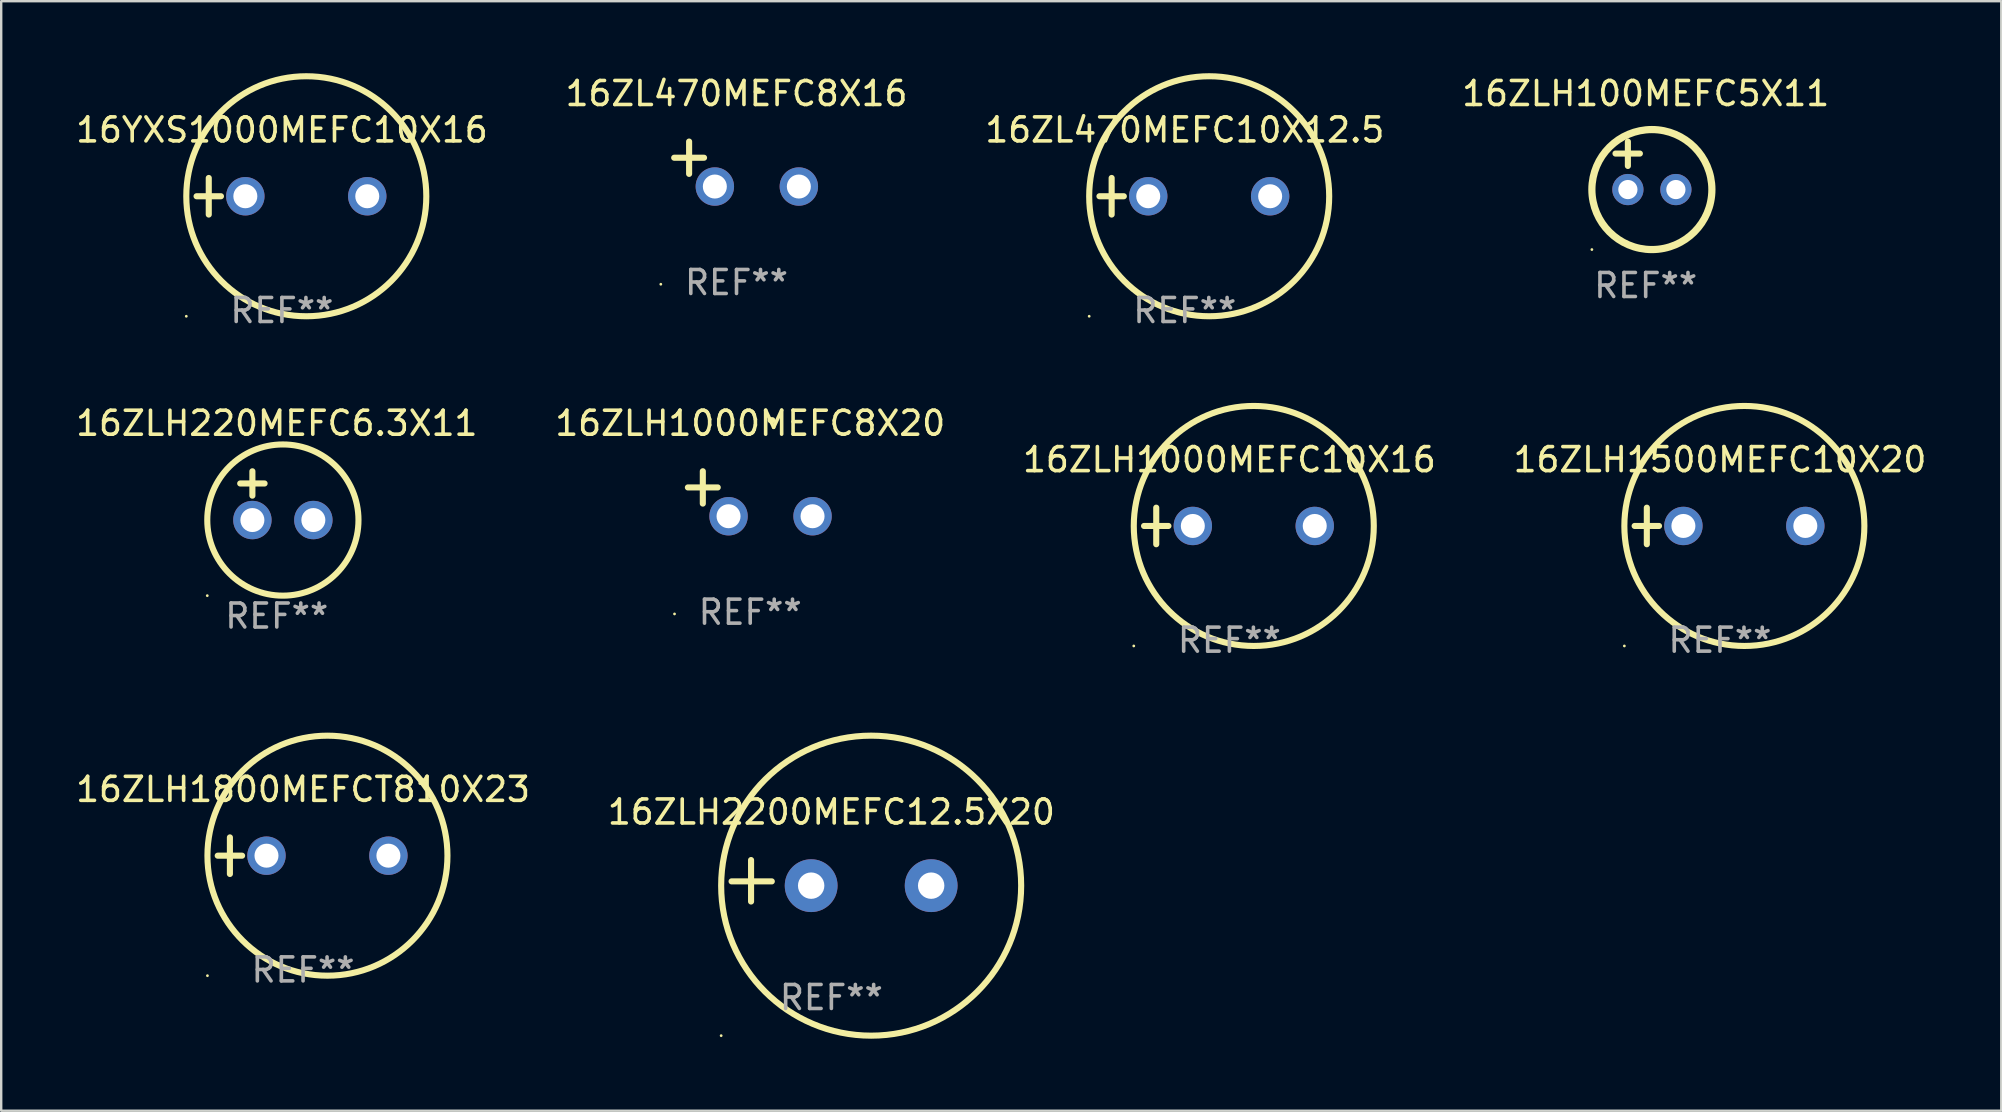
<source format=kicad_pcb>
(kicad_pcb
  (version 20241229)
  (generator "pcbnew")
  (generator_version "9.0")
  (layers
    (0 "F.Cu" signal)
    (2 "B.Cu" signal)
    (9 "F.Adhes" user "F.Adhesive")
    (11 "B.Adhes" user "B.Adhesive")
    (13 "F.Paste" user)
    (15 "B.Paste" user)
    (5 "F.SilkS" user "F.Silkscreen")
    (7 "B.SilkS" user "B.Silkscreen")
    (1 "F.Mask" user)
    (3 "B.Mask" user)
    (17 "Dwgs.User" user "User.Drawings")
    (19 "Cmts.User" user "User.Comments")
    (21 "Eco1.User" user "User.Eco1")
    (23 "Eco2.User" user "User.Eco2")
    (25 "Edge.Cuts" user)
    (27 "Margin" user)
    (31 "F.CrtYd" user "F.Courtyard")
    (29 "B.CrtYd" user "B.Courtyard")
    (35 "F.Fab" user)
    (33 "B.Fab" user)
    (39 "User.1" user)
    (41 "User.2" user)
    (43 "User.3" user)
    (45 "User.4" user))
  (footprint "16ZLH1800MEFCT810X23"
    (layer "F.Cu")
    (at 9.577 32.602)
    (property "Reference" "16ZLH1800MEFCT810X23" (at 0 -2.762 0) (layer "F.SilkS") (effects (font (size 1 1) (thickness 0.15))))
    (attr through_hole)
    (fp_line (start -3.556 0) (end -2.54 0) (stroke (width 0.254) (type solid)) (layer "F.SilkS"))
    (fp_line (start -3.048 -0.762) (end -3.048 0.762) (stroke (width 0.254) (type solid)) (layer "F.SilkS"))
    (fp_circle (center -3.984 5) (end -3.954 5) (stroke (width 0.06) (type solid)) (fill no) (layer "F.SilkS"))
    (fp_circle (center 1.016 0) (end 6.016 0) (stroke (width 0.254) (type solid)) (fill no) (layer "F.SilkS"))
    (fp_text user "REF**" (at 0 4.762 0) (layer "F.Fab") (effects (font (size 1 1) (thickness 0.15))))
    (pad "1" thru_hole circle (at -1.524 0) (size 1.6 1.6) (drill 1) (layers "*.Cu" "*.Mask"))
    (pad "2" thru_hole circle (at 3.556 0) (size 1.6 1.6) (drill 1) (layers "*.Cu" "*.Mask")))
  (footprint "16ZLH1500MEFC10X20"
    (layer "F.Cu")
    (at 68.613 18.864)
    (property "Reference" "16ZLH1500MEFC10X20" (at 0 -2.762 0) (layer "F.SilkS") (effects (font (size 1 1) (thickness 0.15))))
    (attr through_hole)
    (fp_line (start -3.556 0) (end -2.54 0) (stroke (width 0.254) (type solid)) (layer "F.SilkS"))
    (fp_line (start -3.048 -0.762) (end -3.048 0.762) (stroke (width 0.254) (type solid)) (layer "F.SilkS"))
    (fp_circle (center -3.984 5) (end -3.954 5) (stroke (width 0.06) (type solid)) (fill no) (layer "F.SilkS"))
    (fp_circle (center 1.016 0) (end 6.016 0) (stroke (width 0.254) (type solid)) (fill no) (layer "F.SilkS"))
    (fp_text user "REF**" (at 0 4.762 0) (layer "F.Fab") (effects (font (size 1 1) (thickness 0.15))))
    (pad "1" thru_hole circle (at -1.524 0) (size 1.6 1.6) (drill 1) (layers "*.Cu" "*.Mask"))
    (pad "2" thru_hole circle (at 3.556 0) (size 1.6 1.6) (drill 1) (layers "*.Cu" "*.Mask")))
  (footprint "16ZLH1000MEFC8X20"
    (layer "F.Cu")
    (at 28.208 17.522)
    (property "Reference" "16ZLH1000MEFC8X20" (at 0 -2.937 0) (layer "F.SilkS") (effects (font (size 1 1) (thickness 0.15))))
    (attr through_hole)
    (fp_line (start -1.975 0.41) (end -1.975 -0.937) (stroke (width 0.254) (type solid)) (layer "F.SilkS"))
    (fp_line (start -1.353 -0.263) (end -2.597 -0.263) (stroke (width 0.254) (type solid)) (layer "F.SilkS"))
    (fp_arc (start 0.849809 -3.063957) (mid 0.885369 -3.064114) (end 0.920929 -3.063957) (stroke (width 0.254001) (type solid)) (layer "F.SilkS"))
    (fp_circle (center -3.154 5.008) (end -3.124 5.008) (stroke (width 0.06) (type solid)) (fill no) (layer "F.SilkS"))
    (fp_text user "REF**" (at 0 4.937 0) (layer "F.Fab") (effects (font (size 1 1) (thickness 0.15))))
    (pad "1" thru_hole circle (at -0.903 0.937) (size 1.6 1.6) (drill 1) (layers "*.Cu" "*.Mask"))
    (pad "2" thru_hole circle (at 2.597 0.937) (size 1.6 1.6) (drill 1) (layers "*.Cu" "*.Mask")))
  (footprint "16ZLH220MEFC6.3X11"
    (layer "F.Cu")
    (at 8.482 17.602)
    (property "Reference" "16ZLH220MEFC6.3X11" (at 0 -3.016 0) (layer "F.SilkS") (effects (font (size 1 1) (thickness 0.15))))
    (attr through_hole)
    (fp_line (start -1.524 -0.508) (end -0.508 -0.508) (stroke (width 0.254) (type solid)) (layer "F.SilkS"))
    (fp_line (start -1.016 -1.016) (end -1.016 0) (stroke (width 0.254) (type solid)) (layer "F.SilkS"))
    (fp_circle (center -2.896 4.166) (end -2.866 4.166) (stroke (width 0.06) (type solid)) (fill no) (layer "F.SilkS"))
    (fp_circle (center 0.254 1.016) (end 3.404 1.016) (stroke (width 0.254) (type solid)) (fill no) (layer "F.SilkS"))
    (fp_text user "REF**" (at 0 5.016 0) (layer "F.Fab") (effects (font (size 1 1) (thickness 0.15))))
    (pad "1" thru_hole circle (at -1.016 1.016) (size 1.6 1.6) (drill 1) (layers "*.Cu" "*.Mask"))
    (pad "2" thru_hole circle (at 1.524 1.016) (size 1.6 1.6) (drill 1) (layers "*.Cu" "*.Mask")))
  (footprint "16ZL470MEFC10X12.5"
    (layer "F.Cu")
    (at 46.315 5.127)
    (property "Reference" "16ZL470MEFC10X12.5" (at 0 -2.762 0) (layer "F.SilkS") (effects (font (size 1 1) (thickness 0.15))))
    (attr through_hole)
    (fp_line (start -3.556 0) (end -2.54 0) (stroke (width 0.254) (type solid)) (layer "F.SilkS"))
    (fp_line (start -3.048 -0.762) (end -3.048 0.762) (stroke (width 0.254) (type solid)) (layer "F.SilkS"))
    (fp_circle (center -3.984 5) (end -3.954 5) (stroke (width 0.06) (type solid)) (fill no) (layer "F.SilkS"))
    (fp_circle (center 1.016 0) (end 6.016 0) (stroke (width 0.254) (type solid)) (fill no) (layer "F.SilkS"))
    (fp_text user "REF**" (at 0 4.762 0) (layer "F.Fab") (effects (font (size 1 1) (thickness 0.15))))
    (pad "1" thru_hole circle (at -1.524 0) (size 1.6 1.6) (drill 1) (layers "*.Cu" "*.Mask"))
    (pad "2" thru_hole circle (at 3.556 0) (size 1.6 1.6) (drill 1) (layers "*.Cu" "*.Mask")))
  (footprint "16YXS1000MEFC10X16"
    (layer "F.Cu")
    (at 8.696 5.127)
    (property "Reference" "16YXS1000MEFC10X16" (at 0 -2.762 0) (layer "F.SilkS") (effects (font (size 1 1) (thickness 0.15))))
    (attr through_hole)
    (fp_line (start -3.556 0) (end -2.54 0) (stroke (width 0.254) (type solid)) (layer "F.SilkS"))
    (fp_line (start -3.048 -0.762) (end -3.048 0.762) (stroke (width 0.254) (type solid)) (layer "F.SilkS"))
    (fp_circle (center -3.984 5) (end -3.954 5) (stroke (width 0.06) (type solid)) (fill no) (layer "F.SilkS"))
    (fp_circle (center 1.016 0) (end 6.016 0) (stroke (width 0.254) (type solid)) (fill no) (layer "F.SilkS"))
    (fp_text user "REF**" (at 0 4.762 0) (layer "F.Fab") (effects (font (size 1 1) (thickness 0.15))))
    (pad "1" thru_hole circle (at -1.524 0) (size 1.6 1.6) (drill 1) (layers "*.Cu" "*.Mask"))
    (pad "2" thru_hole circle (at 3.556 0) (size 1.6 1.6) (drill 1) (layers "*.Cu" "*.Mask")))
  (footprint "16ZLH100MEFC5X11"
    (layer "F.Cu")
    (at 65.518 3.848)
    (property "Reference" "16ZLH100MEFC5X11" (at 0 -3 0) (layer "F.SilkS") (effects (font (size 1 1) (thickness 0.15))))
    (attr through_hole)
    (fp_line (start -1.258 -0.5) (end -0.242 -0.5) (stroke (width 0.254) (type solid)) (layer "F.SilkS"))
    (fp_line (start -0.742 -1) (end -0.742 0.016) (stroke (width 0.254) (type solid)) (layer "F.SilkS"))
    (fp_circle (center -2.242 3.5) (end -2.212 3.5) (stroke (width 0.06) (type solid)) (fill no) (layer "F.SilkS"))
    (fp_circle (center 0.258 1) (end 2.758 1) (stroke (width 0.3) (type solid)) (fill no) (layer "F.SilkS"))
    (fp_text user "REF**" (at 0 5 0) (layer "F.Fab") (effects (font (size 1 1) (thickness 0.15))))
    (pad "1" thru_hole circle (at -0.742 1) (size 1.3 1.3) (drill 0.8) (layers "*.Cu" "*.Mask"))
    (pad "2" thru_hole circle (at 1.258 1) (size 1.3 1.3) (drill 0.8) (layers "*.Cu" "*.Mask")))
  (footprint "16ZL470MEFC8X16"
    (layer "F.Cu")
    (at 27.637 3.785)
    (property "Reference" "16ZL470MEFC8X16" (at 0 -2.937 0) (layer "F.SilkS") (effects (font (size 1 1) (thickness 0.15))))
    (attr through_hole)
    (fp_line (start -1.975 0.41) (end -1.975 -0.937) (stroke (width 0.254) (type solid)) (layer "F.SilkS"))
    (fp_line (start -1.353 -0.263) (end -2.597 -0.263) (stroke (width 0.254) (type solid)) (layer "F.SilkS"))
    (fp_arc (start 0.849809 -3.063957) (mid 0.885369 -3.064114) (end 0.920929 -3.063957) (stroke (width 0.254001) (type solid)) (layer "F.SilkS"))
    (fp_circle (center -3.154 5.008) (end -3.124 5.008) (stroke (width 0.06) (type solid)) (fill no) (layer "F.SilkS"))
    (fp_text user "REF**" (at 0 4.937 0) (layer "F.Fab") (effects (font (size 1 1) (thickness 0.15))))
    (pad "1" thru_hole circle (at -0.903 0.937) (size 1.6 1.6) (drill 1) (layers "*.Cu" "*.Mask"))
    (pad "2" thru_hole circle (at 2.597 0.937) (size 1.6 1.6) (drill 1) (layers "*.Cu" "*.Mask")))
  (footprint "16ZLH1000MEFC10X16"
    (layer "F.Cu")
    (at 48.173 18.864)
    (property "Reference" "16ZLH1000MEFC10X16" (at 0 -2.762 0) (layer "F.SilkS") (effects (font (size 1 1) (thickness 0.15))))
    (attr through_hole)
    (fp_line (start -3.556 0) (end -2.54 0) (stroke (width 0.254) (type solid)) (layer "F.SilkS"))
    (fp_line (start -3.048 -0.762) (end -3.048 0.762) (stroke (width 0.254) (type solid)) (layer "F.SilkS"))
    (fp_circle (center -3.984 5) (end -3.954 5) (stroke (width 0.06) (type solid)) (fill no) (layer "F.SilkS"))
    (fp_circle (center 1.016 0) (end 6.016 0) (stroke (width 0.254) (type solid)) (fill no) (layer "F.SilkS"))
    (fp_text user "REF**" (at 0 4.762 0) (layer "F.Fab") (effects (font (size 1 1) (thickness 0.15))))
    (pad "1" thru_hole circle (at -1.524 0) (size 1.6 1.6) (drill 1) (layers "*.Cu" "*.Mask"))
    (pad "2" thru_hole circle (at 3.556 0) (size 1.6 1.6) (drill 1) (layers "*.Cu" "*.Mask")))
  (footprint "16ZLH2200MEFC12.5X20"
    (layer "F.Cu")
    (at 31.589 33.648)
    (property "Reference" "16ZLH2200MEFC12.5X20" (at 0 -2.864 0) (layer "F.SilkS") (effects (font (size 1 1) (thickness 0.15))))
    (attr through_hole)
    (fp_line (start -3.346 0.864) (end -3.346 -0.864) (stroke (width 0.254) (type solid)) (layer "F.SilkS"))
    (fp_line (start -2.482 0.025) (end -4.158 0.025) (stroke (width 0.254) (type solid)) (layer "F.SilkS"))
    (fp_circle (center -4.592 6.453) (end -4.562 6.453) (stroke (width 0.06) (type solid)) (fill no) (layer "F.SilkS"))
    (fp_circle (center 1.658 0.203) (end 7.908 0.203) (stroke (width 0.254) (type solid)) (fill no) (layer "F.SilkS"))
    (fp_text user "REF**" (at 0 4.864 0) (layer "F.Fab") (effects (font (size 1 1) (thickness 0.15))))
    (pad "1" thru_hole circle (at -0.842 0.203) (size 2.2 2.2) (drill 1.1) (layers "*.Cu" "*.Mask"))
    (pad "2" thru_hole circle (at 4.158 0.203) (size 2.2 2.2) (drill 1.1) (layers "*.Cu" "*.Mask")))
  (gr_rect
    (start -3 -3)
    (end 80.333 43.228)
    (stroke (width 0.1) (type default))
    (fill no)
    (layer "Edge.Cuts")))
</source>
